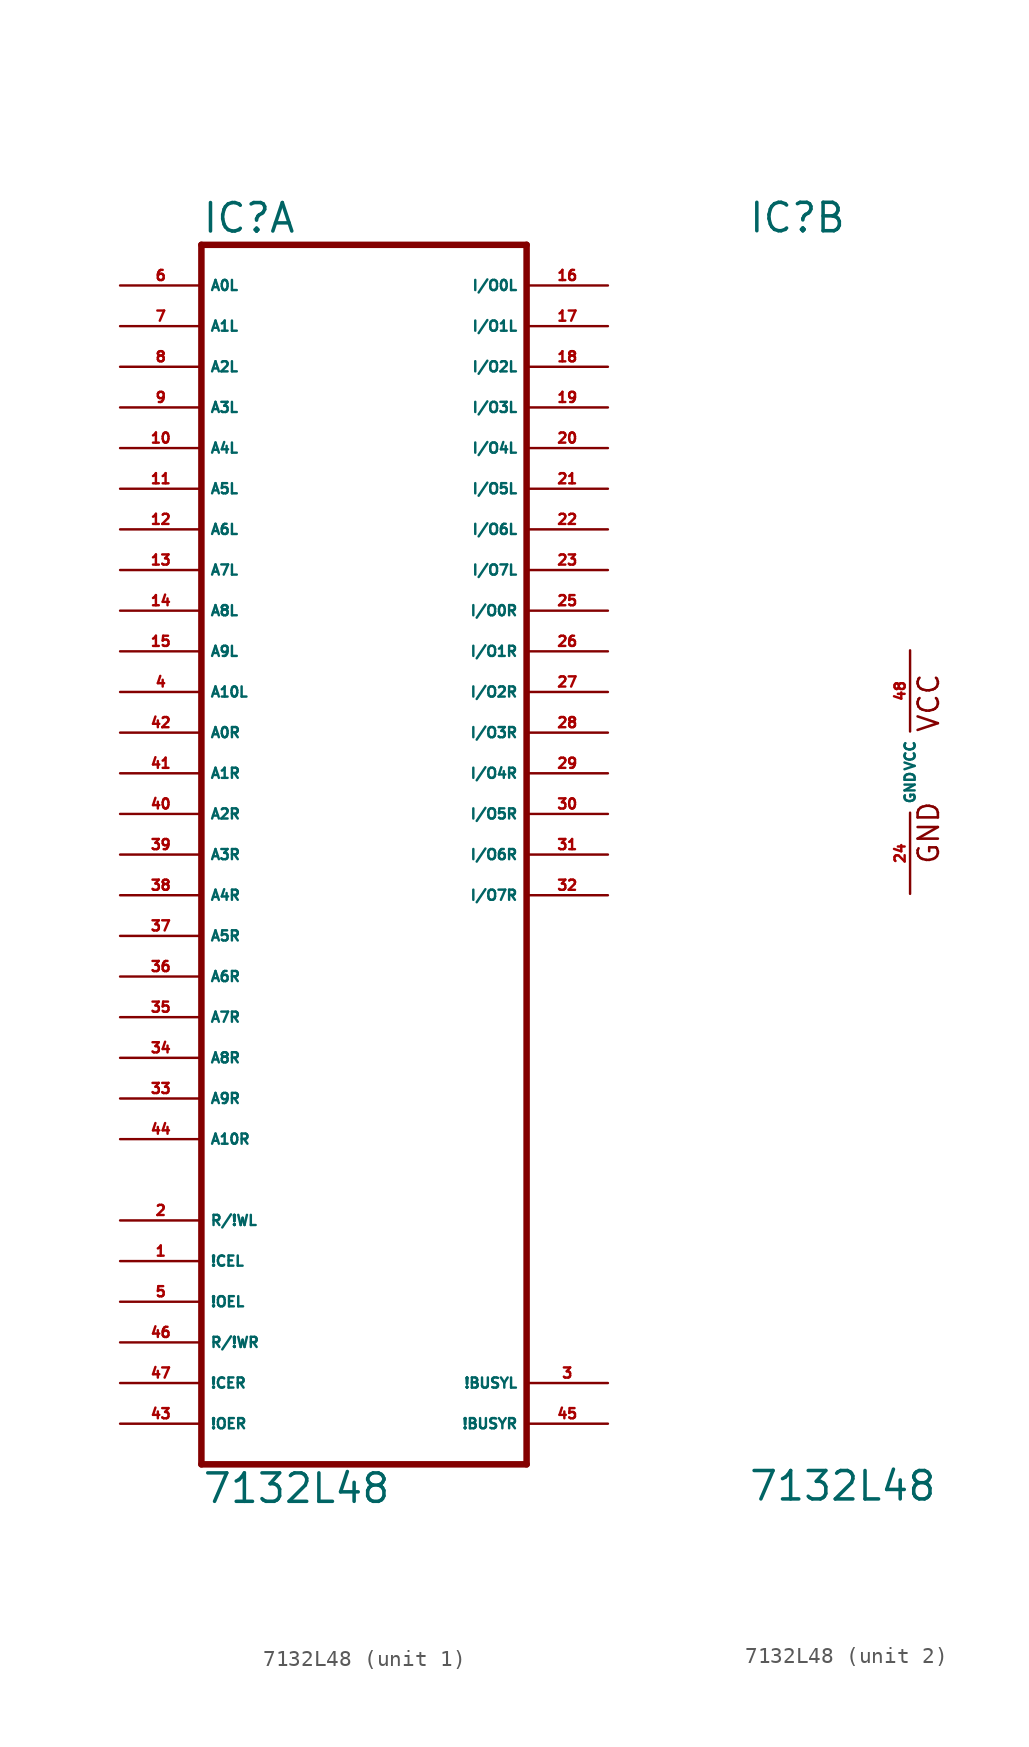
<source format=kicad_sym>
(kicad_symbol_lib
  (version 20220914)
  (generator Eagle2Kicad)
  (symbol "7132L48"
    (property "Reference" "IC"
      (at -10.16 33.655 0)
      (effects (font (size 1.778 1.778) (thickness 0.22)) (justify left bottom)))
    (property "Value" "7132L48"
      (at -10.16 -45.72 0)
      (effects (font (size 1.778 1.778) (thickness 0.22)) (justify left bottom)))
    (symbol "7132L48_1_0"
      (polyline (pts (xy -10.16 -43.18) (xy 10.16 -43.18)) (stroke (width 0.406) (type default)) (fill (type none)))
      (polyline (pts (xy 10.16 -43.18) (xy 10.16 33.02)) (stroke (width 0.406) (type default)) (fill (type none)))
      (polyline (pts (xy 10.16 33.02) (xy -10.16 33.02)) (stroke (width 0.406) (type default)) (fill (type none)))
      (polyline (pts (xy -10.16 33.02) (xy -10.16 -43.18)) (stroke (width 0.406) (type default)) (fill (type none)))
      (pin input line (at -15.24 30.48 0) (length 5.08) (name "A0L" (effects (font (size 0.635 0.635) (thickness 0.08)) (justify left bottom))) (number "6" (effects (font (size 0.635 0.635) (thickness 0.08)) (justify left bottom))))
      (pin input line (at -15.24 27.94 0) (length 5.08) (name "A1L" (effects (font (size 0.635 0.635) (thickness 0.08)) (justify left bottom))) (number "7" (effects (font (size 0.635 0.635) (thickness 0.08)) (justify left bottom))))
      (pin input line (at -15.24 25.4 0) (length 5.08) (name "A2L" (effects (font (size 0.635 0.635) (thickness 0.08)) (justify left bottom))) (number "8" (effects (font (size 0.635 0.635) (thickness 0.08)) (justify left bottom))))
      (pin input line (at -15.24 22.86 0) (length 5.08) (name "A3L" (effects (font (size 0.635 0.635) (thickness 0.08)) (justify left bottom))) (number "9" (effects (font (size 0.635 0.635) (thickness 0.08)) (justify left bottom))))
      (pin input line (at -15.24 20.32 0) (length 5.08) (name "A4L" (effects (font (size 0.635 0.635) (thickness 0.08)) (justify left bottom))) (number "10" (effects (font (size 0.635 0.635) (thickness 0.08)) (justify left bottom))))
      (pin input line (at -15.24 17.78 0) (length 5.08) (name "A5L" (effects (font (size 0.635 0.635) (thickness 0.08)) (justify left bottom))) (number "11" (effects (font (size 0.635 0.635) (thickness 0.08)) (justify left bottom))))
      (pin input line (at -15.24 15.24 0) (length 5.08) (name "A6L" (effects (font (size 0.635 0.635) (thickness 0.08)) (justify left bottom))) (number "12" (effects (font (size 0.635 0.635) (thickness 0.08)) (justify left bottom))))
      (pin input line (at -15.24 12.7 0) (length 5.08) (name "A7L" (effects (font (size 0.635 0.635) (thickness 0.08)) (justify left bottom))) (number "13" (effects (font (size 0.635 0.635) (thickness 0.08)) (justify left bottom))))
      (pin input line (at -15.24 10.16 0) (length 5.08) (name "A8L" (effects (font (size 0.635 0.635) (thickness 0.08)) (justify left bottom))) (number "14" (effects (font (size 0.635 0.635) (thickness 0.08)) (justify left bottom))))
      (pin input line (at -15.24 7.62 0) (length 5.08) (name "A9L" (effects (font (size 0.635 0.635) (thickness 0.08)) (justify left bottom))) (number "15" (effects (font (size 0.635 0.635) (thickness 0.08)) (justify left bottom))))
      (pin input line (at -15.24 2.54 0) (length 5.08) (name "A0R" (effects (font (size 0.635 0.635) (thickness 0.08)) (justify left bottom))) (number "42" (effects (font (size 0.635 0.635) (thickness 0.08)) (justify left bottom))))
      (pin input line (at -15.24 0 0) (length 5.08) (name "A1R" (effects (font (size 0.635 0.635) (thickness 0.08)) (justify left bottom))) (number "41" (effects (font (size 0.635 0.635) (thickness 0.08)) (justify left bottom))))
      (pin input line (at -15.24 -2.54 0) (length 5.08) (name "A2R" (effects (font (size 0.635 0.635) (thickness 0.08)) (justify left bottom))) (number "40" (effects (font (size 0.635 0.635) (thickness 0.08)) (justify left bottom))))
      (pin input line (at -15.24 -5.08 0) (length 5.08) (name "A3R" (effects (font (size 0.635 0.635) (thickness 0.08)) (justify left bottom))) (number "39" (effects (font (size 0.635 0.635) (thickness 0.08)) (justify left bottom))))
      (pin input line (at -15.24 -7.62 0) (length 5.08) (name "A4R" (effects (font (size 0.635 0.635) (thickness 0.08)) (justify left bottom))) (number "38" (effects (font (size 0.635 0.635) (thickness 0.08)) (justify left bottom))))
      (pin input line (at -15.24 -10.16 0) (length 5.08) (name "A5R" (effects (font (size 0.635 0.635) (thickness 0.08)) (justify left bottom))) (number "37" (effects (font (size 0.635 0.635) (thickness 0.08)) (justify left bottom))))
      (pin input line (at -15.24 -12.7 0) (length 5.08) (name "A6R" (effects (font (size 0.635 0.635) (thickness 0.08)) (justify left bottom))) (number "36" (effects (font (size 0.635 0.635) (thickness 0.08)) (justify left bottom))))
      (pin input line (at -15.24 -15.24 0) (length 5.08) (name "A7R" (effects (font (size 0.635 0.635) (thickness 0.08)) (justify left bottom))) (number "35" (effects (font (size 0.635 0.635) (thickness 0.08)) (justify left bottom))))
      (pin input line (at -15.24 -17.78 0) (length 5.08) (name "A8R" (effects (font (size 0.635 0.635) (thickness 0.08)) (justify left bottom))) (number "34" (effects (font (size 0.635 0.635) (thickness 0.08)) (justify left bottom))))
      (pin input line (at -15.24 -20.32 0) (length 5.08) (name "A9R" (effects (font (size 0.635 0.635) (thickness 0.08)) (justify left bottom))) (number "33" (effects (font (size 0.635 0.635) (thickness 0.08)) (justify left bottom))))
      (pin bidirectional line (at 15.24 30.48 180) (length 5.08) (name "I/O0L" (effects (font (size 0.635 0.635) (thickness 0.08)) (justify left bottom))) (number "16" (effects (font (size 0.635 0.635) (thickness 0.08)) (justify left bottom))))
      (pin bidirectional line (at 15.24 27.94 180) (length 5.08) (name "I/O1L" (effects (font (size 0.635 0.635) (thickness 0.08)) (justify left bottom))) (number "17" (effects (font (size 0.635 0.635) (thickness 0.08)) (justify left bottom))))
      (pin bidirectional line (at 15.24 25.4 180) (length 5.08) (name "I/O2L" (effects (font (size 0.635 0.635) (thickness 0.08)) (justify left bottom))) (number "18" (effects (font (size 0.635 0.635) (thickness 0.08)) (justify left bottom))))
      (pin bidirectional line (at 15.24 22.86 180) (length 5.08) (name "I/O3L" (effects (font (size 0.635 0.635) (thickness 0.08)) (justify left bottom))) (number "19" (effects (font (size 0.635 0.635) (thickness 0.08)) (justify left bottom))))
      (pin bidirectional line (at 15.24 20.32 180) (length 5.08) (name "I/O4L" (effects (font (size 0.635 0.635) (thickness 0.08)) (justify left bottom))) (number "20" (effects (font (size 0.635 0.635) (thickness 0.08)) (justify left bottom))))
      (pin bidirectional line (at 15.24 17.78 180) (length 5.08) (name "I/O5L" (effects (font (size 0.635 0.635) (thickness 0.08)) (justify left bottom))) (number "21" (effects (font (size 0.635 0.635) (thickness 0.08)) (justify left bottom))))
      (pin bidirectional line (at 15.24 15.24 180) (length 5.08) (name "I/O6L" (effects (font (size 0.635 0.635) (thickness 0.08)) (justify left bottom))) (number "22" (effects (font (size 0.635 0.635) (thickness 0.08)) (justify left bottom))))
      (pin bidirectional line (at 15.24 12.7 180) (length 5.08) (name "I/O7L" (effects (font (size 0.635 0.635) (thickness 0.08)) (justify left bottom))) (number "23" (effects (font (size 0.635 0.635) (thickness 0.08)) (justify left bottom))))
      (pin bidirectional line (at 15.24 10.16 180) (length 5.08) (name "I/O0R" (effects (font (size 0.635 0.635) (thickness 0.08)) (justify left bottom))) (number "25" (effects (font (size 0.635 0.635) (thickness 0.08)) (justify left bottom))))
      (pin bidirectional line (at 15.24 7.62 180) (length 5.08) (name "I/O1R" (effects (font (size 0.635 0.635) (thickness 0.08)) (justify left bottom))) (number "26" (effects (font (size 0.635 0.635) (thickness 0.08)) (justify left bottom))))
      (pin bidirectional line (at 15.24 5.08 180) (length 5.08) (name "I/O2R" (effects (font (size 0.635 0.635) (thickness 0.08)) (justify left bottom))) (number "27" (effects (font (size 0.635 0.635) (thickness 0.08)) (justify left bottom))))
      (pin bidirectional line (at 15.24 2.54 180) (length 5.08) (name "I/O3R" (effects (font (size 0.635 0.635) (thickness 0.08)) (justify left bottom))) (number "28" (effects (font (size 0.635 0.635) (thickness 0.08)) (justify left bottom))))
      (pin bidirectional line (at 15.24 0 180) (length 5.08) (name "I/O4R" (effects (font (size 0.635 0.635) (thickness 0.08)) (justify left bottom))) (number "29" (effects (font (size 0.635 0.635) (thickness 0.08)) (justify left bottom))))
      (pin bidirectional line (at 15.24 -2.54 180) (length 5.08) (name "I/O5R" (effects (font (size 0.635 0.635) (thickness 0.08)) (justify left bottom))) (number "30" (effects (font (size 0.635 0.635) (thickness 0.08)) (justify left bottom))))
      (pin bidirectional line (at 15.24 -5.08 180) (length 5.08) (name "I/O6R" (effects (font (size 0.635 0.635) (thickness 0.08)) (justify left bottom))) (number "31" (effects (font (size 0.635 0.635) (thickness 0.08)) (justify left bottom))))
      (pin bidirectional line (at 15.24 -7.62 180) (length 5.08) (name "I/O7R" (effects (font (size 0.635 0.635) (thickness 0.08)) (justify left bottom))) (number "32" (effects (font (size 0.635 0.635) (thickness 0.08)) (justify left bottom))))
      (pin input line (at -15.24 -27.94 0) (length 5.08) (name "R/!WL" (effects (font (size 0.635 0.635) (thickness 0.08)) (justify left bottom))) (number "2" (effects (font (size 0.635 0.635) (thickness 0.08)) (justify left bottom))))
      (pin input line (at -15.24 -30.48 0) (length 5.08) (name "!CEL" (effects (font (size 0.635 0.635) (thickness 0.08)) (justify left bottom))) (number "1" (effects (font (size 0.635 0.635) (thickness 0.08)) (justify left bottom))))
      (pin input line (at -15.24 -33.02 0) (length 5.08) (name "!OEL" (effects (font (size 0.635 0.635) (thickness 0.08)) (justify left bottom))) (number "5" (effects (font (size 0.635 0.635) (thickness 0.08)) (justify left bottom))))
      (pin input line (at -15.24 -35.56 0) (length 5.08) (name "R/!WR" (effects (font (size 0.635 0.635) (thickness 0.08)) (justify left bottom))) (number "46" (effects (font (size 0.635 0.635) (thickness 0.08)) (justify left bottom))))
      (pin input line (at -15.24 -38.1 0) (length 5.08) (name "!CER" (effects (font (size 0.635 0.635) (thickness 0.08)) (justify left bottom))) (number "47" (effects (font (size 0.635 0.635) (thickness 0.08)) (justify left bottom))))
      (pin input line (at -15.24 -40.64 0) (length 5.08) (name "!OER" (effects (font (size 0.635 0.635) (thickness 0.08)) (justify left bottom))) (number "43" (effects (font (size 0.635 0.635) (thickness 0.08)) (justify left bottom))))
      (pin bidirectional line (at 15.24 -38.1 180) (length 5.08) (name "!BUSYL" (effects (font (size 0.635 0.635) (thickness 0.08)) (justify left bottom))) (number "3" (effects (font (size 0.635 0.635) (thickness 0.08)) (justify left bottom))))
      (pin bidirectional line (at 15.24 -40.64 180) (length 5.08) (name "!BUSYR" (effects (font (size 0.635 0.635) (thickness 0.08)) (justify left bottom))) (number "45" (effects (font (size 0.635 0.635) (thickness 0.08)) (justify left bottom))))
      (pin input line (at -15.24 5.08 0) (length 5.08) (name "A10L" (effects (font (size 0.635 0.635) (thickness 0.08)) (justify left bottom))) (number "4" (effects (font (size 0.635 0.635) (thickness 0.08)) (justify left bottom))))
      (pin input line (at -15.24 -22.86 0) (length 5.08) (name "A10R" (effects (font (size 0.635 0.635) (thickness 0.08)) (justify left bottom))) (number "44" (effects (font (size 0.635 0.635) (thickness 0.08)) (justify left bottom)))))
    (symbol "7132L48_2_0"
      (text "GND" (at 1.905 -5.842 900) (effects (font (size 1.27 1.27) (thickness 0.16)) (justify left bottom)))
      (text "VCC" (at 1.905 2.413 900) (effects (font (size 1.27 1.27) (thickness 0.16)) (justify left bottom)))
      (pin unspecified line (at 0 7.62 270) (length 5.08) (name "VCC" (effects (font (size 0.635 0.635) (thickness 0.08)) (justify left bottom))) (number "48" (effects (font (size 0.635 0.635) (thickness 0.08)) (justify left bottom))))
      (pin unspecified line (at 0 -7.62 90) (length 5.08) (name "GND" (effects (font (size 0.635 0.635) (thickness 0.08)) (justify left bottom))) (number "24" (effects (font (size 0.635 0.635) (thickness 0.08)) (justify left bottom)))))))
</source>
